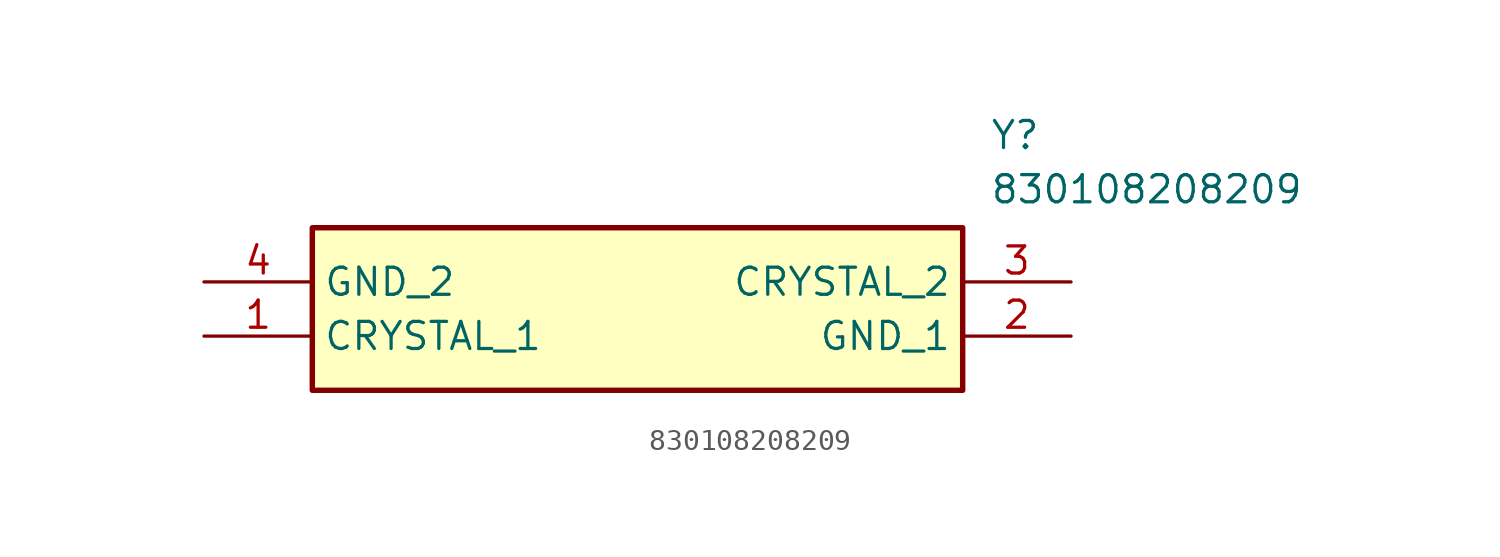
<source format=kicad_sym>
(kicad_symbol_lib
  (version 20211014)
  (generator SamacSys_ECAD_Model)
  (symbol "830108208209"
    (property "Reference" "Y"
      (at 36.83 7.62 0)
      (effects (font (size 1.27 1.27)) (justify left top)))
    (property "Value" "830108208209"
      (at 36.83 5.08 0)
      (effects (font (size 1.27 1.27)) (justify left top)))
    (rectangle
      (start 5.08 2.54)
      (end 35.56 -5.08)
      (stroke (width 0.254) (type default))
      (fill (type background)))
    (pin passive line
      (at 0 -2.54 0)
      (length 5.08)
      (name "CRYSTAL_1" (effects (font (size 1.27 1.27))))
      (number "1" (effects (font (size 1.27 1.27)))))
    (pin passive line
      (at 40.64 -2.54 180)
      (length 5.08)
      (name "GND_1" (effects (font (size 1.27 1.27))))
      (number "2" (effects (font (size 1.27 1.27)))))
    (pin passive line
      (at 40.64 0 180)
      (length 5.08)
      (name "CRYSTAL_2" (effects (font (size 1.27 1.27))))
      (number "3" (effects (font (size 1.27 1.27)))))
    (pin passive line
      (at 0 0 0)
      (length 5.08)
      (name "GND_2" (effects (font (size 1.27 1.27))))
      (number "4" (effects (font (size 1.27 1.27)))))))
</source>
